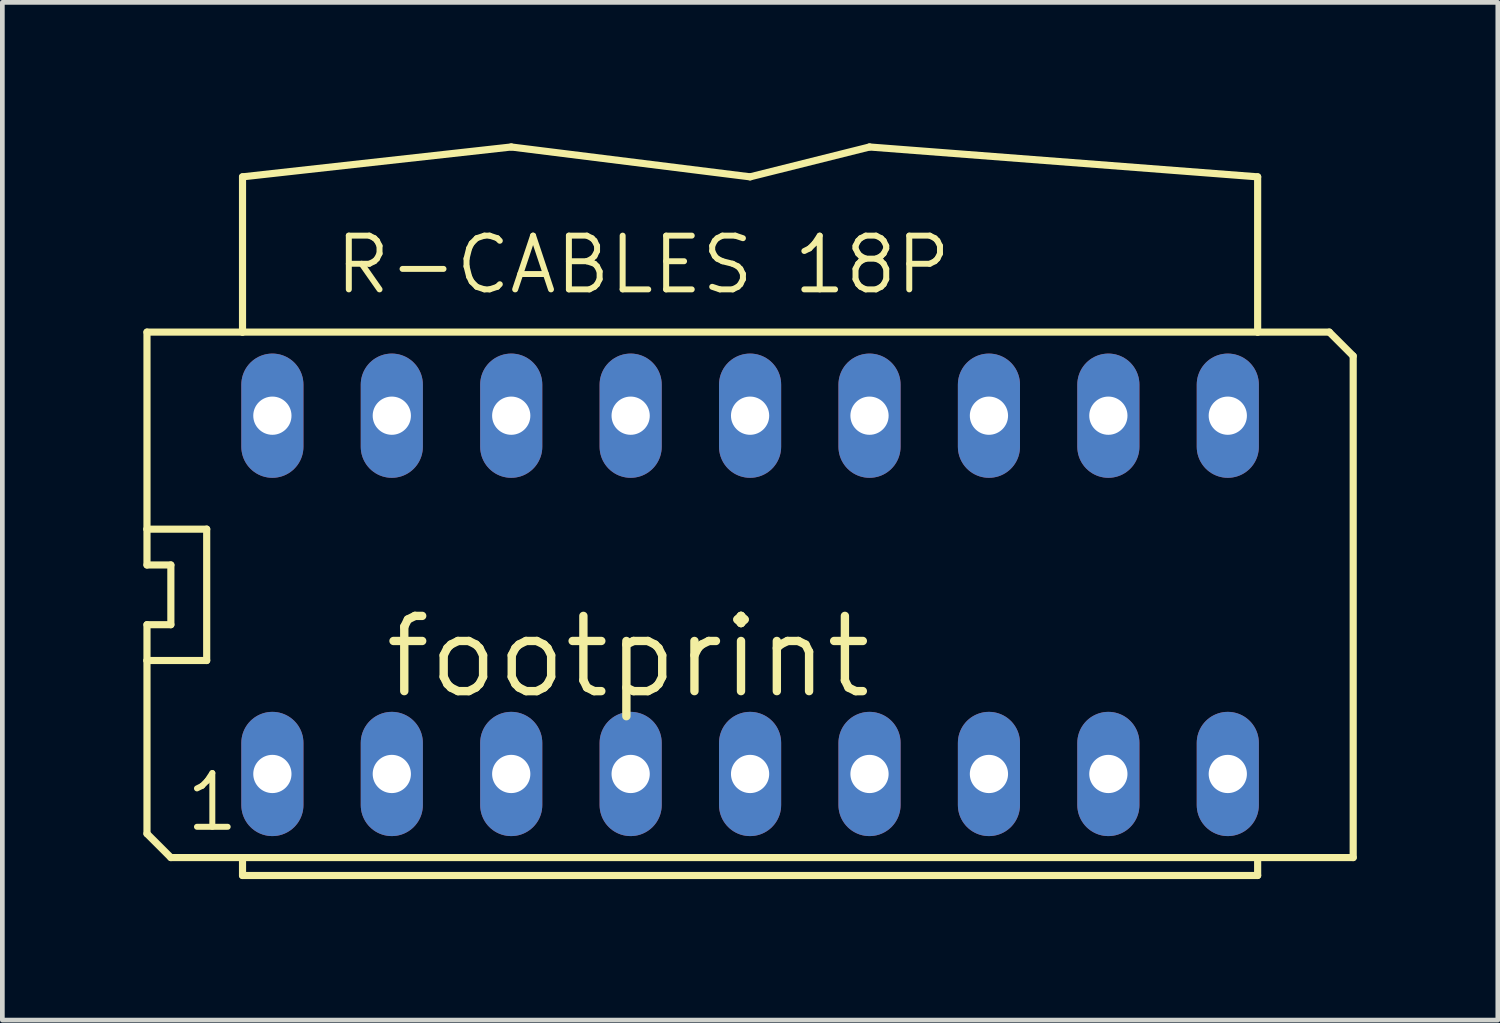
<source format=kicad_pcb>
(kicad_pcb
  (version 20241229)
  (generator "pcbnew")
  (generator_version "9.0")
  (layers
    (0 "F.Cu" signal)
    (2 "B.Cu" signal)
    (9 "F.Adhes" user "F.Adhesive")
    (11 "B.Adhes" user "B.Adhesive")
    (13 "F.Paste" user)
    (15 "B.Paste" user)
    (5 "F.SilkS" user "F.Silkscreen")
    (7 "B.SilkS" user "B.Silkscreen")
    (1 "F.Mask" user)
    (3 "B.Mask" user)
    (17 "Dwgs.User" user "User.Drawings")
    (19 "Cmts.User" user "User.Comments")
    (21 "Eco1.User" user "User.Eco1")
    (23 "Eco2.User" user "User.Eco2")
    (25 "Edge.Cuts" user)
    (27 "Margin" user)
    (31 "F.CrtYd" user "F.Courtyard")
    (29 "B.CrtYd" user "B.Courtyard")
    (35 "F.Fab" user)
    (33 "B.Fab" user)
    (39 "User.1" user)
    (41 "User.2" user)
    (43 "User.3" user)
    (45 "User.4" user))
  (footprint "footprint"
    (layer "F.Cu")
    (at 12.903 9.601)
    (property "Reference" "footprint" (at 2.667 0.381 0) (layer "F.SilkS") (effects (font (size 1.6 1.6) (thickness 0.178)) (justify right top)))
    (fp_line (start -12.827 -1.397) (end -12.827 -5.588) (stroke (width 0.152) (type solid)) (layer "F.SilkS"))
    (fp_line (start -12.827 -0.635) (end -12.827 -1.397) (stroke (width 0.152) (type solid)) (layer "F.SilkS"))
    (fp_line (start -12.827 0.635) (end -12.319 0.635) (stroke (width 0.152) (type solid)) (layer "F.SilkS"))
    (fp_line (start -12.827 1.397) (end -12.827 0.635) (stroke (width 0.152) (type solid)) (layer "F.SilkS"))
    (fp_line (start -12.827 1.397) (end -11.557 1.397) (stroke (width 0.152) (type solid)) (layer "F.SilkS"))
    (fp_line (start -12.827 5.08) (end -12.827 1.397) (stroke (width 0.152) (type solid)) (layer "F.SilkS"))
    (fp_line (start -12.319 -0.635) (end -12.827 -0.635) (stroke (width 0.152) (type solid)) (layer "F.SilkS"))
    (fp_line (start -12.319 -0.635) (end -12.319 0.635) (stroke (width 0.152) (type solid)) (layer "F.SilkS"))
    (fp_line (start -12.319 5.588) (end -12.827 5.08) (stroke (width 0.152) (type solid)) (layer "F.SilkS"))
    (fp_line (start -12.319 5.588) (end -10.795 5.588) (stroke (width 0.152) (type solid)) (layer "F.SilkS"))
    (fp_line (start -11.557 -1.397) (end -12.827 -1.397) (stroke (width 0.152) (type solid)) (layer "F.SilkS"))
    (fp_line (start -11.557 -1.397) (end -11.557 1.397) (stroke (width 0.152) (type solid)) (layer "F.SilkS"))
    (fp_line (start -10.795 -8.89) (end -10.795 -5.588) (stroke (width 0.152) (type solid)) (layer "F.SilkS"))
    (fp_line (start -10.795 -8.89) (end -5.08 -9.525) (stroke (width 0.152) (type solid)) (layer "F.SilkS"))
    (fp_line (start -10.795 -5.588) (end -12.827 -5.588) (stroke (width 0.152) (type solid)) (layer "F.SilkS"))
    (fp_line (start -10.795 5.588) (end 10.795 5.588) (stroke (width 0.152) (type solid)) (layer "F.SilkS"))
    (fp_line (start -10.795 5.969) (end -10.795 5.588) (stroke (width 0.152) (type solid)) (layer "F.SilkS"))
    (fp_line (start -10.795 5.969) (end 10.795 5.969) (stroke (width 0.152) (type solid)) (layer "F.SilkS"))
    (fp_line (start -5.08 -9.525) (end 0 -8.89) (stroke (width 0.152) (type solid)) (layer "F.SilkS"))
    (fp_line (start 0 -8.89) (end 2.54 -9.525) (stroke (width 0.152) (type solid)) (layer "F.SilkS"))
    (fp_line (start 2.54 -9.525) (end 10.795 -8.89) (stroke (width 0.152) (type solid)) (layer "F.SilkS"))
    (fp_line (start 10.795 -5.588) (end -10.795 -5.588) (stroke (width 0.152) (type solid)) (layer "F.SilkS"))
    (fp_line (start 10.795 -5.588) (end 10.795 -8.89) (stroke (width 0.152) (type solid)) (layer "F.SilkS"))
    (fp_line (start 10.795 5.588) (end 10.795 5.969) (stroke (width 0.152) (type solid)) (layer "F.SilkS"))
    (fp_line (start 10.795 5.588) (end 12.827 5.588) (stroke (width 0.152) (type solid)) (layer "F.SilkS"))
    (fp_line (start 12.319 -5.588) (end 10.795 -5.588) (stroke (width 0.152) (type solid)) (layer "F.SilkS"))
    (fp_line (start 12.827 -5.08) (end 12.319 -5.588) (stroke (width 0.152) (type solid)) (layer "F.SilkS"))
    (fp_line (start 12.827 5.588) (end 12.827 -5.08) (stroke (width 0.152) (type solid)) (layer "F.SilkS"))
    (fp_text user "1" (at -12.065 5.08 0) (layer "F.SilkS") (effects (font (size 1.143 1.143) (thickness 0.127)) (justify left bottom)))
    (fp_text user "R-CABLES 18P" (at -8.89 -6.35 0) (layer "F.SilkS") (effects (font (size 1.143 1.143) (thickness 0.127)) (justify left bottom)))
    (pad "1" thru_hole oval (at -10.16 3.81 90) (size 2.642 1.321) (drill 0.813) (layers "*.Cu" "*.Mask"))
    (pad "2" thru_hole oval (at -7.62 3.81 90) (size 2.642 1.321) (drill 0.813) (layers "*.Cu" "*.Mask"))
    (pad "3" thru_hole oval (at -5.08 3.81 90) (size 2.642 1.321) (drill 0.813) (layers "*.Cu" "*.Mask"))
    (pad "4" thru_hole oval (at -2.54 3.81 90) (size 2.642 1.321) (drill 0.813) (layers "*.Cu" "*.Mask"))
    (pad "5" thru_hole oval (at 0 3.81 90) (size 2.642 1.321) (drill 0.813) (layers "*.Cu" "*.Mask"))
    (pad "6" thru_hole oval (at 2.54 3.81 90) (size 2.642 1.321) (drill 0.813) (layers "*.Cu" "*.Mask"))
    (pad "7" thru_hole oval (at 5.08 3.81 90) (size 2.642 1.321) (drill 0.813) (layers "*.Cu" "*.Mask"))
    (pad "8" thru_hole oval (at 7.62 3.81 90) (size 2.642 1.321) (drill 0.813) (layers "*.Cu" "*.Mask"))
    (pad "9" thru_hole oval (at 10.16 3.81 90) (size 2.642 1.321) (drill 0.813) (layers "*.Cu" "*.Mask"))
    (pad "10" thru_hole oval (at 10.16 -3.81 90) (size 2.642 1.321) (drill 0.813) (layers "*.Cu" "*.Mask"))
    (pad "11" thru_hole oval (at 7.62 -3.81 90) (size 2.642 1.321) (drill 0.813) (layers "*.Cu" "*.Mask"))
    (pad "12" thru_hole oval (at 5.08 -3.81 90) (size 2.642 1.321) (drill 0.813) (layers "*.Cu" "*.Mask"))
    (pad "13" thru_hole oval (at 2.54 -3.81 90) (size 2.642 1.321) (drill 0.813) (layers "*.Cu" "*.Mask"))
    (pad "14" thru_hole oval (at 0 -3.81 90) (size 2.642 1.321) (drill 0.813) (layers "*.Cu" "*.Mask"))
    (pad "15" thru_hole oval (at -2.54 -3.81 90) (size 2.642 1.321) (drill 0.813) (layers "*.Cu" "*.Mask"))
    (pad "16" thru_hole oval (at -5.08 -3.81 90) (size 2.642 1.321) (drill 0.813) (layers "*.Cu" "*.Mask"))
    (pad "17" thru_hole oval (at -7.62 -3.81 90) (size 2.642 1.321) (drill 0.813) (layers "*.Cu" "*.Mask"))
    (pad "18" thru_hole oval (at -10.16 -3.81 90) (size 2.642 1.321) (drill 0.813) (layers "*.Cu" "*.Mask")))
  (gr_rect
    (start -3 -3)
    (end 28.806 18.646)
    (stroke (width 0.1) (type default))
    (fill no)
    (layer "Edge.Cuts")))
</source>
